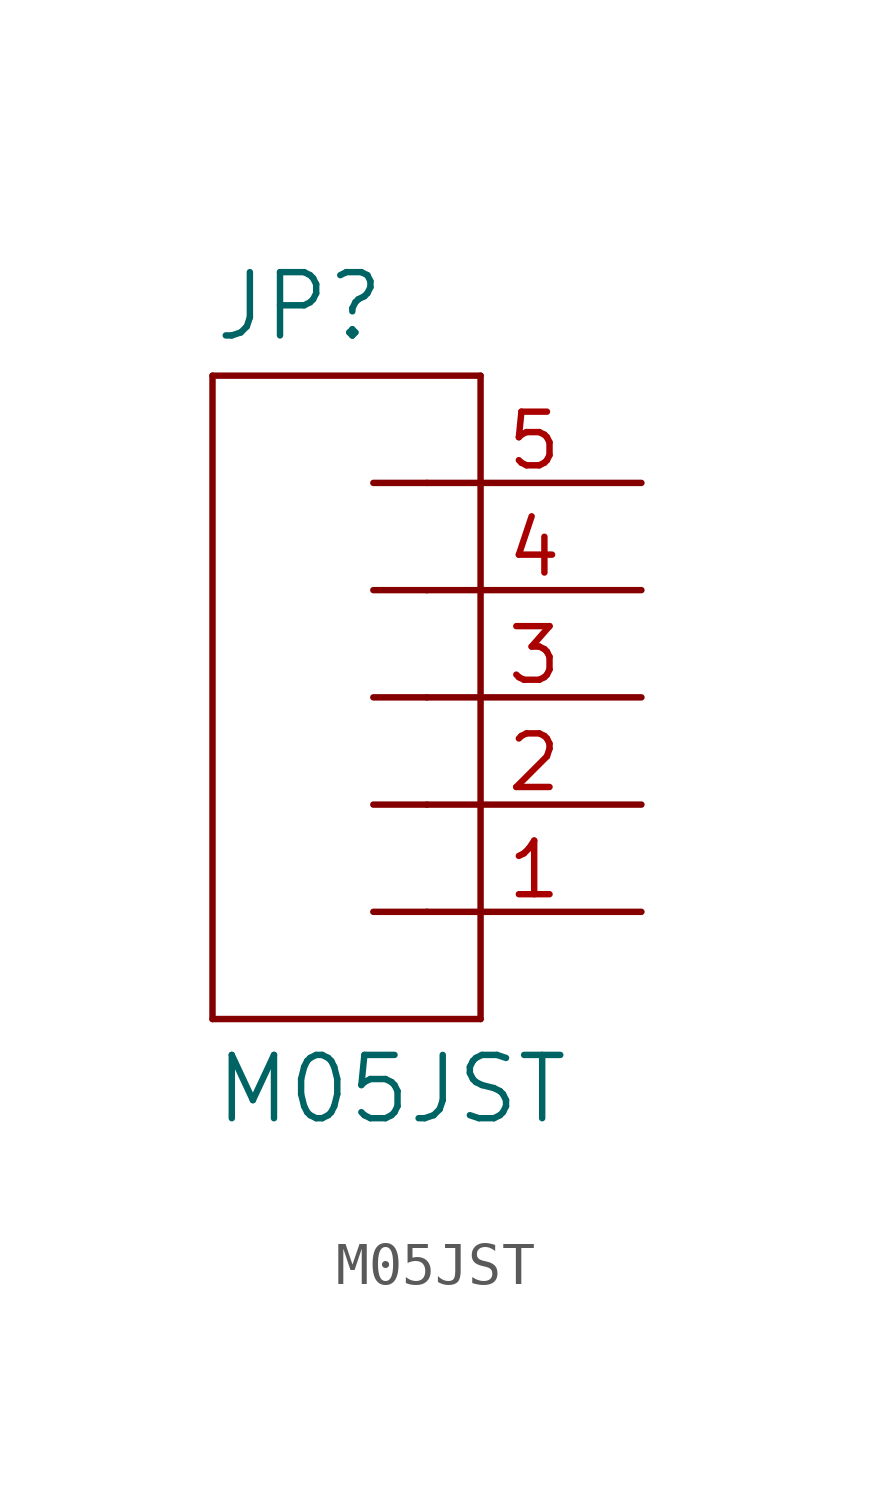
<source format=kicad_sym>
(kicad_symbol_lib
  (version 20211014)
  (generator kicad_symbol_editor)
  (symbol "M05JST"
    (pin_names
      (offset 1.016))
    (property "Reference" "JP"
      (at -2.54 8.382 0)
      (effects (font (size 1.499 1.499)) (justify left bottom)))
    (property "Value" "M05JST"
      (at -2.54 -10.16 0)
      (effects (font (size 1.499 1.499)) (justify left bottom)))
    (property "ki_locked" ""
      (at 0 0 0)
      (effects (font (size 1.27 1.27))))
    (symbol "M05JST_1_0"
      (polyline (pts (xy -2.54 7.62) (xy -2.54 -7.62)) (stroke (width 0) (type default) (color 0 0 0 0)) (fill (type none)))
      (polyline (pts (xy -2.54 7.62) (xy 3.81 7.62)) (stroke (width 0) (type default) (color 0 0 0 0)) (fill (type none)))
      (polyline (pts (xy 1.27 -5.08) (xy 2.54 -5.08)) (stroke (width 0) (type default) (color 0 0 0 0)) (fill (type none)))
      (polyline (pts (xy 1.27 -2.54) (xy 2.54 -2.54)) (stroke (width 0) (type default) (color 0 0 0 0)) (fill (type none)))
      (polyline (pts (xy 1.27 0) (xy 2.54 0)) (stroke (width 0) (type default) (color 0 0 0 0)) (fill (type none)))
      (polyline (pts (xy 1.27 2.54) (xy 2.54 2.54)) (stroke (width 0) (type default) (color 0 0 0 0)) (fill (type none)))
      (polyline (pts (xy 1.27 5.08) (xy 2.54 5.08)) (stroke (width 0) (type default) (color 0 0 0 0)) (fill (type none)))
      (polyline (pts (xy 3.81 -7.62) (xy -2.54 -7.62)) (stroke (width 0) (type default) (color 0 0 0 0)) (fill (type none)))
      (polyline (pts (xy 3.81 -7.62) (xy 3.81 7.62)) (stroke (width 0) (type default) (color 0 0 0 0)) (fill (type none)))
      (pin passive line (at 7.62 -5.08 180) (length 5.08) (name "1" (effects (font (size 0 0)))) (number "1" (effects (font (size 1.27 1.27)))))
      (pin passive line (at 7.62 -2.54 180) (length 5.08) (name "2" (effects (font (size 0 0)))) (number "2" (effects (font (size 1.27 1.27)))))
      (pin passive line (at 7.62 0 180) (length 5.08) (name "3" (effects (font (size 0 0)))) (number "3" (effects (font (size 1.27 1.27)))))
      (pin passive line (at 7.62 2.54 180) (length 5.08) (name "4" (effects (font (size 0 0)))) (number "4" (effects (font (size 1.27 1.27)))))
      (pin passive line (at 7.62 5.08 180) (length 5.08) (name "5" (effects (font (size 0 0)))) (number "5" (effects (font (size 1.27 1.27))))))))
</source>
